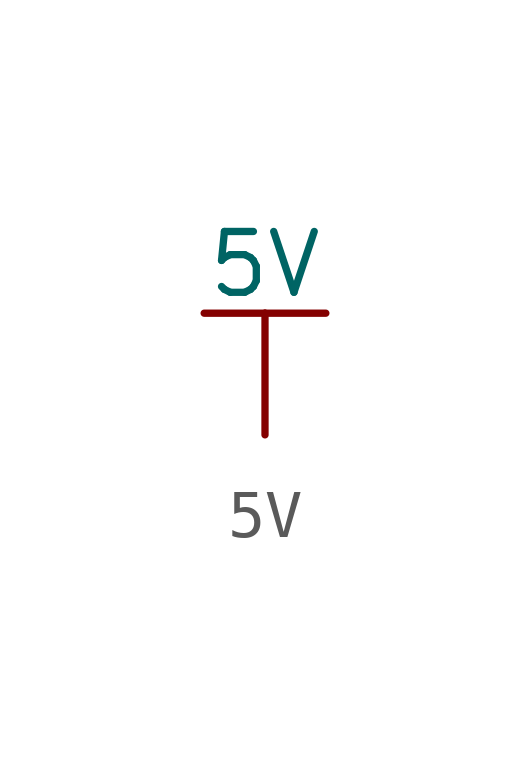
<source format=kicad_sym>
(kicad_symbol_lib
  (version 20231120)
  (generator "kicad_symbol_editor")
  (generator_version "8.0")
  (symbol "5V"
    (power)
    (pin_names
      (offset 0))
    (property "Reference" "#PWR"
      (at 0 -3.81 0)
      (effects (font (size 1.27 1.27)) (hide yes)))
    (property "Value" "5V"
      (at 0 3.556 0)
      (effects (font (size 1.27 1.27))))
    (symbol "5V_0_1"
      (polyline (pts (xy -1.27 2.54) (xy 0 2.54)) (stroke (width 0) (type default)) (fill (type none)))
      (polyline (pts (xy 0 0) (xy 0 2.54)) (stroke (width 0) (type default)) (fill (type none)))
      (polyline (pts (xy 0 2.54) (xy 1.27 2.54)) (stroke (width 0) (type default)) (fill (type none))))
    (symbol "5V_1_1"
      (pin power_in line (at 0 0 90) (length 0) hide (name "+7V" (effects (font (size 1.27 1.27)))) (number "1" (effects (font (size 1.27 1.27))))))))
</source>
